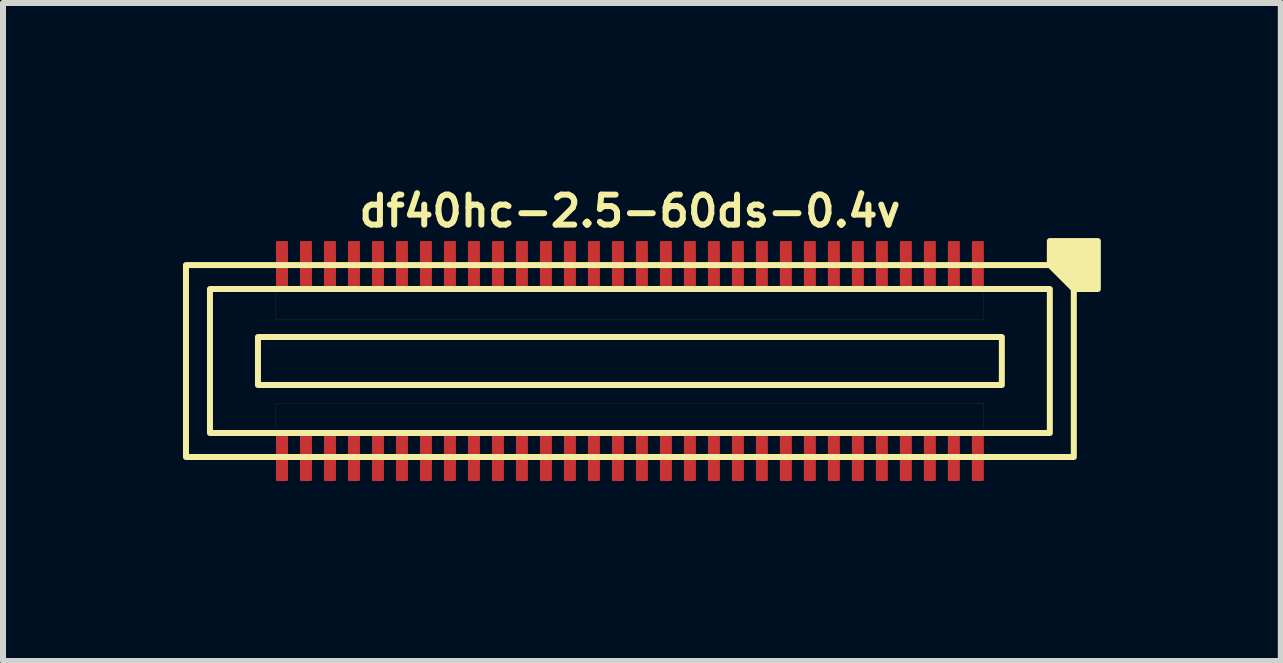
<source format=kicad_pcb>
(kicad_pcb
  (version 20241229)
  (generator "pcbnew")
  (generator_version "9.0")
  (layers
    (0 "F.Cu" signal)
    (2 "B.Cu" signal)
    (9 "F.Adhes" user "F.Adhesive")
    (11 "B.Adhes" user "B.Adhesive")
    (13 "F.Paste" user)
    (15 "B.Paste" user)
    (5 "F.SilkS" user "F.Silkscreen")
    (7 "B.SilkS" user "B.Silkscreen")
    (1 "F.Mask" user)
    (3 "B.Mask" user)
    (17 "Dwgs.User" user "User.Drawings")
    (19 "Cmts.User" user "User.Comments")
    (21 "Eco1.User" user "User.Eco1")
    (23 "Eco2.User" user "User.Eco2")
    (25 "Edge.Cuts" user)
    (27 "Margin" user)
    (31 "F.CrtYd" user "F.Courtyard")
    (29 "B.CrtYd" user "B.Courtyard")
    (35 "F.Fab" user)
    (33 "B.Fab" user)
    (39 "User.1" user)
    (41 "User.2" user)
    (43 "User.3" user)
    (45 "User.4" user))
  (footprint "df40hc-2.5-60ds-0.4v"
    (layer "F.Cu")
    (at 7.45 2.968)
    (property "Reference" "df40hc-2.5-60ds-0.4v" (at 0 -2.5 180) (layer "F.SilkS") (effects (font (size 0.5 0.5) (thickness 0.1))))
    (attr smd)
    (fp_rect (start -6.2 -0.4) (end 6.2 0.4) (stroke (width 0.1) (type default)) (fill no) (layer "F.SilkS"))
    (fp_rect (start 7 -1.2) (end -7 1.2) (stroke (width 0.1) (type default)) (fill no) (layer "F.SilkS"))
    (fp_rect (start 7.4 -1.6) (end -7.4 1.6) (stroke (width 0.1) (type default)) (fill no) (layer "F.SilkS"))
    (fp_poly (pts (xy 7 -1.6) (xy 7 -2) (xy 7.8 -2) (xy 7.8 -1.2) (xy 7.4 -1.2)) (stroke (width 0.1) (type solid)) (fill yes) (layer "F.SilkS"))
    (fp_poly (pts (xy -5.9 -1.2) (xy 5.9 -1.2) (xy 5.9 -0.7) (xy -5.9 -0.7)) (stroke (width 0.001) (type solid)) (fill no) (layer "Dwgs.User"))
    (fp_poly (pts (xy -5.9 0.7) (xy 5.9 0.7) (xy 5.9 1.2) (xy -5.9 1.2)) (stroke (width 0.001) (type solid)) (fill no) (layer "Dwgs.User"))
    (pad "1" smd roundrect (at 5.8 -1.6) (size 0.2 0.8) (layers "F.Cu" "F.Mask" "F.Paste") (roundrect_rratio 0.1))
    (pad "2" smd roundrect (at 5.8 1.6) (size 0.2 0.8) (layers "F.Cu" "F.Mask" "F.Paste") (roundrect_rratio 0.1))
    (pad "3" smd roundrect (at 5.4 -1.6) (size 0.2 0.8) (layers "F.Cu" "F.Mask" "F.Paste") (roundrect_rratio 0.1))
    (pad "4" smd roundrect (at 5.4 1.6) (size 0.2 0.8) (layers "F.Cu" "F.Mask" "F.Paste") (roundrect_rratio 0.1))
    (pad "5" smd roundrect (at 5 -1.6) (size 0.2 0.8) (layers "F.Cu" "F.Mask" "F.Paste") (roundrect_rratio 0.1))
    (pad "6" smd roundrect (at 5 1.6) (size 0.2 0.8) (layers "F.Cu" "F.Mask" "F.Paste") (roundrect_rratio 0.1))
    (pad "7" smd roundrect (at 4.6 -1.6) (size 0.2 0.8) (layers "F.Cu" "F.Mask" "F.Paste") (roundrect_rratio 0.1))
    (pad "8" smd roundrect (at 4.6 1.6) (size 0.2 0.8) (layers "F.Cu" "F.Mask" "F.Paste") (roundrect_rratio 0.1))
    (pad "9" smd roundrect (at 4.2 -1.6) (size 0.2 0.8) (layers "F.Cu" "F.Mask" "F.Paste") (roundrect_rratio 0.1))
    (pad "10" smd roundrect (at 4.2 1.6) (size 0.2 0.8) (layers "F.Cu" "F.Mask" "F.Paste") (roundrect_rratio 0.1))
    (pad "11" smd roundrect (at 3.8 -1.6) (size 0.2 0.8) (layers "F.Cu" "F.Mask" "F.Paste") (roundrect_rratio 0.1))
    (pad "12" smd roundrect (at 3.8 1.6) (size 0.2 0.8) (layers "F.Cu" "F.Mask" "F.Paste") (roundrect_rratio 0.1))
    (pad "13" smd roundrect (at 3.4 -1.6) (size 0.2 0.8) (layers "F.Cu" "F.Mask" "F.Paste") (roundrect_rratio 0.1))
    (pad "14" smd roundrect (at 3.4 1.6) (size 0.2 0.8) (layers "F.Cu" "F.Mask" "F.Paste") (roundrect_rratio 0.1))
    (pad "15" smd roundrect (at 3 -1.6) (size 0.2 0.8) (layers "F.Cu" "F.Mask" "F.Paste") (roundrect_rratio 0.1))
    (pad "16" smd roundrect (at 3 1.6) (size 0.2 0.8) (layers "F.Cu" "F.Mask" "F.Paste") (roundrect_rratio 0.1))
    (pad "17" smd roundrect (at 2.6 -1.6) (size 0.2 0.8) (layers "F.Cu" "F.Mask" "F.Paste") (roundrect_rratio 0.1))
    (pad "18" smd roundrect (at 2.6 1.6) (size 0.2 0.8) (layers "F.Cu" "F.Mask" "F.Paste") (roundrect_rratio 0.1))
    (pad "19" smd roundrect (at 2.2 -1.6) (size 0.2 0.8) (layers "F.Cu" "F.Mask" "F.Paste") (roundrect_rratio 0.1))
    (pad "20" smd roundrect (at 2.2 1.6) (size 0.2 0.8) (layers "F.Cu" "F.Mask" "F.Paste") (roundrect_rratio 0.1))
    (pad "21" smd roundrect (at 1.8 -1.6) (size 0.2 0.8) (layers "F.Cu" "F.Mask" "F.Paste") (roundrect_rratio 0.1))
    (pad "22" smd roundrect (at 1.8 1.6) (size 0.2 0.8) (layers "F.Cu" "F.Mask" "F.Paste") (roundrect_rratio 0.1))
    (pad "23" smd roundrect (at 1.4 -1.6) (size 0.2 0.8) (layers "F.Cu" "F.Mask" "F.Paste") (roundrect_rratio 0.1))
    (pad "24" smd roundrect (at 1.4 1.6) (size 0.2 0.8) (layers "F.Cu" "F.Mask" "F.Paste") (roundrect_rratio 0.1))
    (pad "25" smd roundrect (at 1 -1.6) (size 0.2 0.8) (layers "F.Cu" "F.Mask" "F.Paste") (roundrect_rratio 0.1))
    (pad "26" smd roundrect (at 1 1.6) (size 0.2 0.8) (layers "F.Cu" "F.Mask" "F.Paste") (roundrect_rratio 0.1))
    (pad "27" smd roundrect (at 0.6 -1.6) (size 0.2 0.8) (layers "F.Cu" "F.Mask" "F.Paste") (roundrect_rratio 0.1))
    (pad "28" smd roundrect (at 0.6 1.6) (size 0.2 0.8) (layers "F.Cu" "F.Mask" "F.Paste") (roundrect_rratio 0.1))
    (pad "29" smd roundrect (at 0.2 -1.6) (size 0.2 0.8) (layers "F.Cu" "F.Mask" "F.Paste") (roundrect_rratio 0.1))
    (pad "30" smd roundrect (at 0.2 1.6) (size 0.2 0.8) (layers "F.Cu" "F.Mask" "F.Paste") (roundrect_rratio 0.1))
    (pad "31" smd roundrect (at -0.2 -1.6) (size 0.2 0.8) (layers "F.Cu" "F.Mask" "F.Paste") (roundrect_rratio 0.1))
    (pad "32" smd roundrect (at -0.2 1.6) (size 0.2 0.8) (layers "F.Cu" "F.Mask" "F.Paste") (roundrect_rratio 0.1))
    (pad "33" smd roundrect (at -0.6 -1.6) (size 0.2 0.8) (layers "F.Cu" "F.Mask" "F.Paste") (roundrect_rratio 0.1))
    (pad "34" smd roundrect (at -0.6 1.6) (size 0.2 0.8) (layers "F.Cu" "F.Mask" "F.Paste") (roundrect_rratio 0.1))
    (pad "35" smd roundrect (at -1 -1.6) (size 0.2 0.8) (layers "F.Cu" "F.Mask" "F.Paste") (roundrect_rratio 0.1))
    (pad "36" smd roundrect (at -1 1.6) (size 0.2 0.8) (layers "F.Cu" "F.Mask" "F.Paste") (roundrect_rratio 0.1))
    (pad "37" smd roundrect (at -1.4 -1.6) (size 0.2 0.8) (layers "F.Cu" "F.Mask" "F.Paste") (roundrect_rratio 0.1))
    (pad "38" smd roundrect (at -1.4 1.6) (size 0.2 0.8) (layers "F.Cu" "F.Mask" "F.Paste") (roundrect_rratio 0.1))
    (pad "39" smd roundrect (at -1.8 -1.6) (size 0.2 0.8) (layers "F.Cu" "F.Mask" "F.Paste") (roundrect_rratio 0.1))
    (pad "40" smd roundrect (at -1.8 1.6) (size 0.2 0.8) (layers "F.Cu" "F.Mask" "F.Paste") (roundrect_rratio 0.1))
    (pad "41" smd roundrect (at -2.2 -1.6) (size 0.2 0.8) (layers "F.Cu" "F.Mask" "F.Paste") (roundrect_rratio 0.1))
    (pad "42" smd roundrect (at -2.2 1.6) (size 0.2 0.8) (layers "F.Cu" "F.Mask" "F.Paste") (roundrect_rratio 0.1))
    (pad "43" smd roundrect (at -2.6 -1.6) (size 0.2 0.8) (layers "F.Cu" "F.Mask" "F.Paste") (roundrect_rratio 0.1))
    (pad "44" smd roundrect (at -2.6 1.6) (size 0.2 0.8) (layers "F.Cu" "F.Mask" "F.Paste") (roundrect_rratio 0.1))
    (pad "45" smd roundrect (at -3 -1.6) (size 0.2 0.8) (layers "F.Cu" "F.Mask" "F.Paste") (roundrect_rratio 0.1))
    (pad "46" smd roundrect (at -3 1.6) (size 0.2 0.8) (layers "F.Cu" "F.Mask" "F.Paste") (roundrect_rratio 0.1))
    (pad "47" smd roundrect (at -3.4 -1.6) (size 0.2 0.8) (layers "F.Cu" "F.Mask" "F.Paste") (roundrect_rratio 0.1))
    (pad "48" smd roundrect (at -3.4 1.6) (size 0.2 0.8) (layers "F.Cu" "F.Mask" "F.Paste") (roundrect_rratio 0.1))
    (pad "49" smd roundrect (at -3.8 -1.6) (size 0.2 0.8) (layers "F.Cu" "F.Mask" "F.Paste") (roundrect_rratio 0.1))
    (pad "50" smd roundrect (at -3.8 1.6) (size 0.2 0.8) (layers "F.Cu" "F.Mask" "F.Paste") (roundrect_rratio 0.1))
    (pad "51" smd roundrect (at -4.2 -1.6) (size 0.2 0.8) (layers "F.Cu" "F.Mask" "F.Paste") (roundrect_rratio 0.1))
    (pad "52" smd roundrect (at -4.2 1.6) (size 0.2 0.8) (layers "F.Cu" "F.Mask" "F.Paste") (roundrect_rratio 0.1))
    (pad "53" smd roundrect (at -4.6 -1.6) (size 0.2 0.8) (layers "F.Cu" "F.Mask" "F.Paste") (roundrect_rratio 0.1))
    (pad "54" smd roundrect (at -4.6 1.6) (size 0.2 0.8) (layers "F.Cu" "F.Mask" "F.Paste") (roundrect_rratio 0.1))
    (pad "55" smd roundrect (at -5 -1.6) (size 0.2 0.8) (layers "F.Cu" "F.Mask" "F.Paste") (roundrect_rratio 0.1))
    (pad "56" smd roundrect (at -5 1.6) (size 0.2 0.8) (layers "F.Cu" "F.Mask" "F.Paste") (roundrect_rratio 0.1))
    (pad "57" smd roundrect (at -5.4 -1.6) (size 0.2 0.8) (layers "F.Cu" "F.Mask" "F.Paste") (roundrect_rratio 0.1))
    (pad "58" smd roundrect (at -5.4 1.6) (size 0.2 0.8) (layers "F.Cu" "F.Mask" "F.Paste") (roundrect_rratio 0.1))
    (pad "59" smd roundrect (at -5.8 -1.6) (size 0.2 0.8) (layers "F.Cu" "F.Mask" "F.Paste") (roundrect_rratio 0.1))
    (pad "60" smd roundrect (at -5.8 1.6) (size 0.2 0.8) (layers "F.Cu" "F.Mask" "F.Paste") (roundrect_rratio 0.1)))
  (gr_rect
    (start -3 -3)
    (end 18.3 7.968)
    (stroke (width 0.1) (type default))
    (fill no)
    (layer "Edge.Cuts")))
</source>
